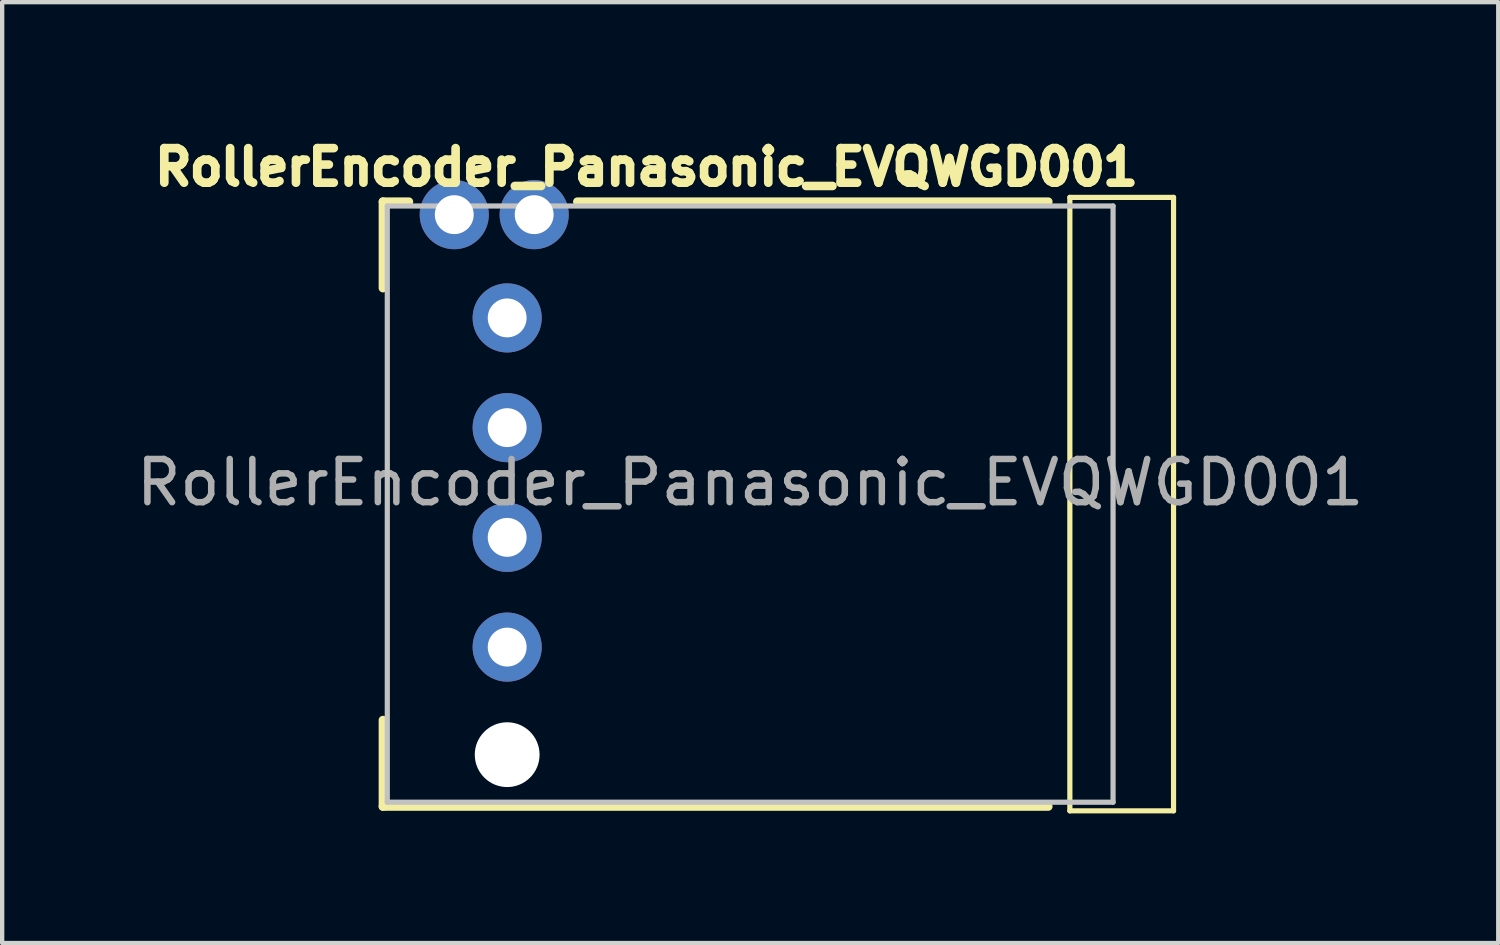
<source format=kicad_pcb>
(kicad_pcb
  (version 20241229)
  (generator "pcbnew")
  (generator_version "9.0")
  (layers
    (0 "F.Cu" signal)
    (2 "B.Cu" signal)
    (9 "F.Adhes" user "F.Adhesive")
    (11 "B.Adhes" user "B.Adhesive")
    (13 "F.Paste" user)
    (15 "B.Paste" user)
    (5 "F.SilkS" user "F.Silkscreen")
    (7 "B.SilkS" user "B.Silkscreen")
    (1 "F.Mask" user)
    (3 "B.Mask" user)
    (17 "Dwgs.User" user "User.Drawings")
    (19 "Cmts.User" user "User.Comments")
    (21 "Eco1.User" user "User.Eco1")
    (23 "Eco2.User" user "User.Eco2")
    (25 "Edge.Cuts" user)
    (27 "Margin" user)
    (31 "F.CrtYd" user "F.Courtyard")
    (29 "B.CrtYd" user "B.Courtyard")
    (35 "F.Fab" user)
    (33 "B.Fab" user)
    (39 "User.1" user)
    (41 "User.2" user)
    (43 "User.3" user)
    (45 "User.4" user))
  (footprint "RollerEncoder_Panasonic_EVQWGD001"
    (layer "F.Cu")
    (at 14.315 8.119)
    (property "Reference" "RollerEncoder_Panasonic_EVQWGD001" (at 0 0 0) (layer "F.Fab") (effects (font (size 1 1) (thickness 0.15))))
    (attr through_hole)
    (fp_line (start -8.5 -6.5) (end -8.5 -4.5) (stroke (width 0.2) (type solid)) (layer "F.SilkS"))
    (fp_line (start -8.5 5.5) (end -8.5 7.5) (stroke (width 0.2) (type solid)) (layer "F.SilkS"))
    (fp_line (start -8.5 7.5) (end 6.9 7.5) (stroke (width 0.2) (type solid)) (layer "F.SilkS"))
    (fp_line (start -7.9 -6.5) (end -8.5 -6.5) (stroke (width 0.2) (type solid)) (layer "F.SilkS"))
    (fp_line (start 6.9 -6.5) (end -4 -6.5) (stroke (width 0.2) (type solid)) (layer "F.SilkS"))
    (fp_line (start 7.4 -6.6) (end 7.4 7.6) (stroke (width 0.12) (type solid)) (layer "F.SilkS"))
    (fp_line (start 7.4 7.6) (end 9.8 7.6) (stroke (width 0.12) (type solid)) (layer "F.SilkS"))
    (fp_line (start 9.8 -6.6) (end 7.4 -6.6) (stroke (width 0.12) (type solid)) (layer "F.SilkS"))
    (fp_line (start 9.8 7.6) (end 9.8 -6.6) (stroke (width 0.12) (type solid)) (layer "F.SilkS"))
    (fp_line (start -8.4 -6.4) (end 8.4 -6.4) (stroke (width 0.12) (type solid)) (layer "Dwgs.User"))
    (fp_line (start -8.4 7.4) (end -8.4 -6.4) (stroke (width 0.12) (type solid)) (layer "Dwgs.User"))
    (fp_line (start 8.4 -6.4) (end 8.4 7.4) (stroke (width 0.12) (type solid)) (layer "Dwgs.User"))
    (fp_line (start 8.4 7.4) (end -8.4 7.4) (stroke (width 0.12) (type solid)) (layer "Dwgs.User"))
    (fp_text user "${REFERENCE}" (at -2.4 -7.3 0) (layer "F.SilkS") (effects (font (size 0.8 0.8) (thickness 0.2))))
    (pad "" np_thru_hole circle (at -5.625 6.3) (size 1.5 1.5) (drill 1.5) (layers "*.Cu" "*.Mask"))
    (pad "A" thru_hole circle (at -5.625 -3.81) (size 1.6 1.6) (drill 0.9) (layers "*.Cu" "*.Mask"))
    (pad "B" thru_hole circle (at -5.625 -1.27) (size 1.6 1.6) (drill 0.9) (layers "*.Cu" "*.Mask"))
    (pad "C" thru_hole circle (at -5.625 1.27) (size 1.6 1.6) (drill 0.9) (layers "*.Cu" "*.Mask"))
    (pad "D" thru_hole circle (at -5.625 3.81) (size 1.6 1.6) (drill 0.9) (layers "*.Cu" "*.Mask"))
    (pad "S1" thru_hole circle (at -6.85 -6.2) (size 1.6 1.6) (drill 0.9) (layers "*.Cu" "*.Mask"))
    (pad "S2" thru_hole circle (at -5 -6.2) (size 1.6 1.6) (drill 0.9) (layers "*.Cu" "*.Mask")))
  (gr_rect
    (start -3 -3)
    (end 31.631 18.779)
    (stroke (width 0.1) (type default))
    (fill no)
    (layer "Edge.Cuts")))
</source>
